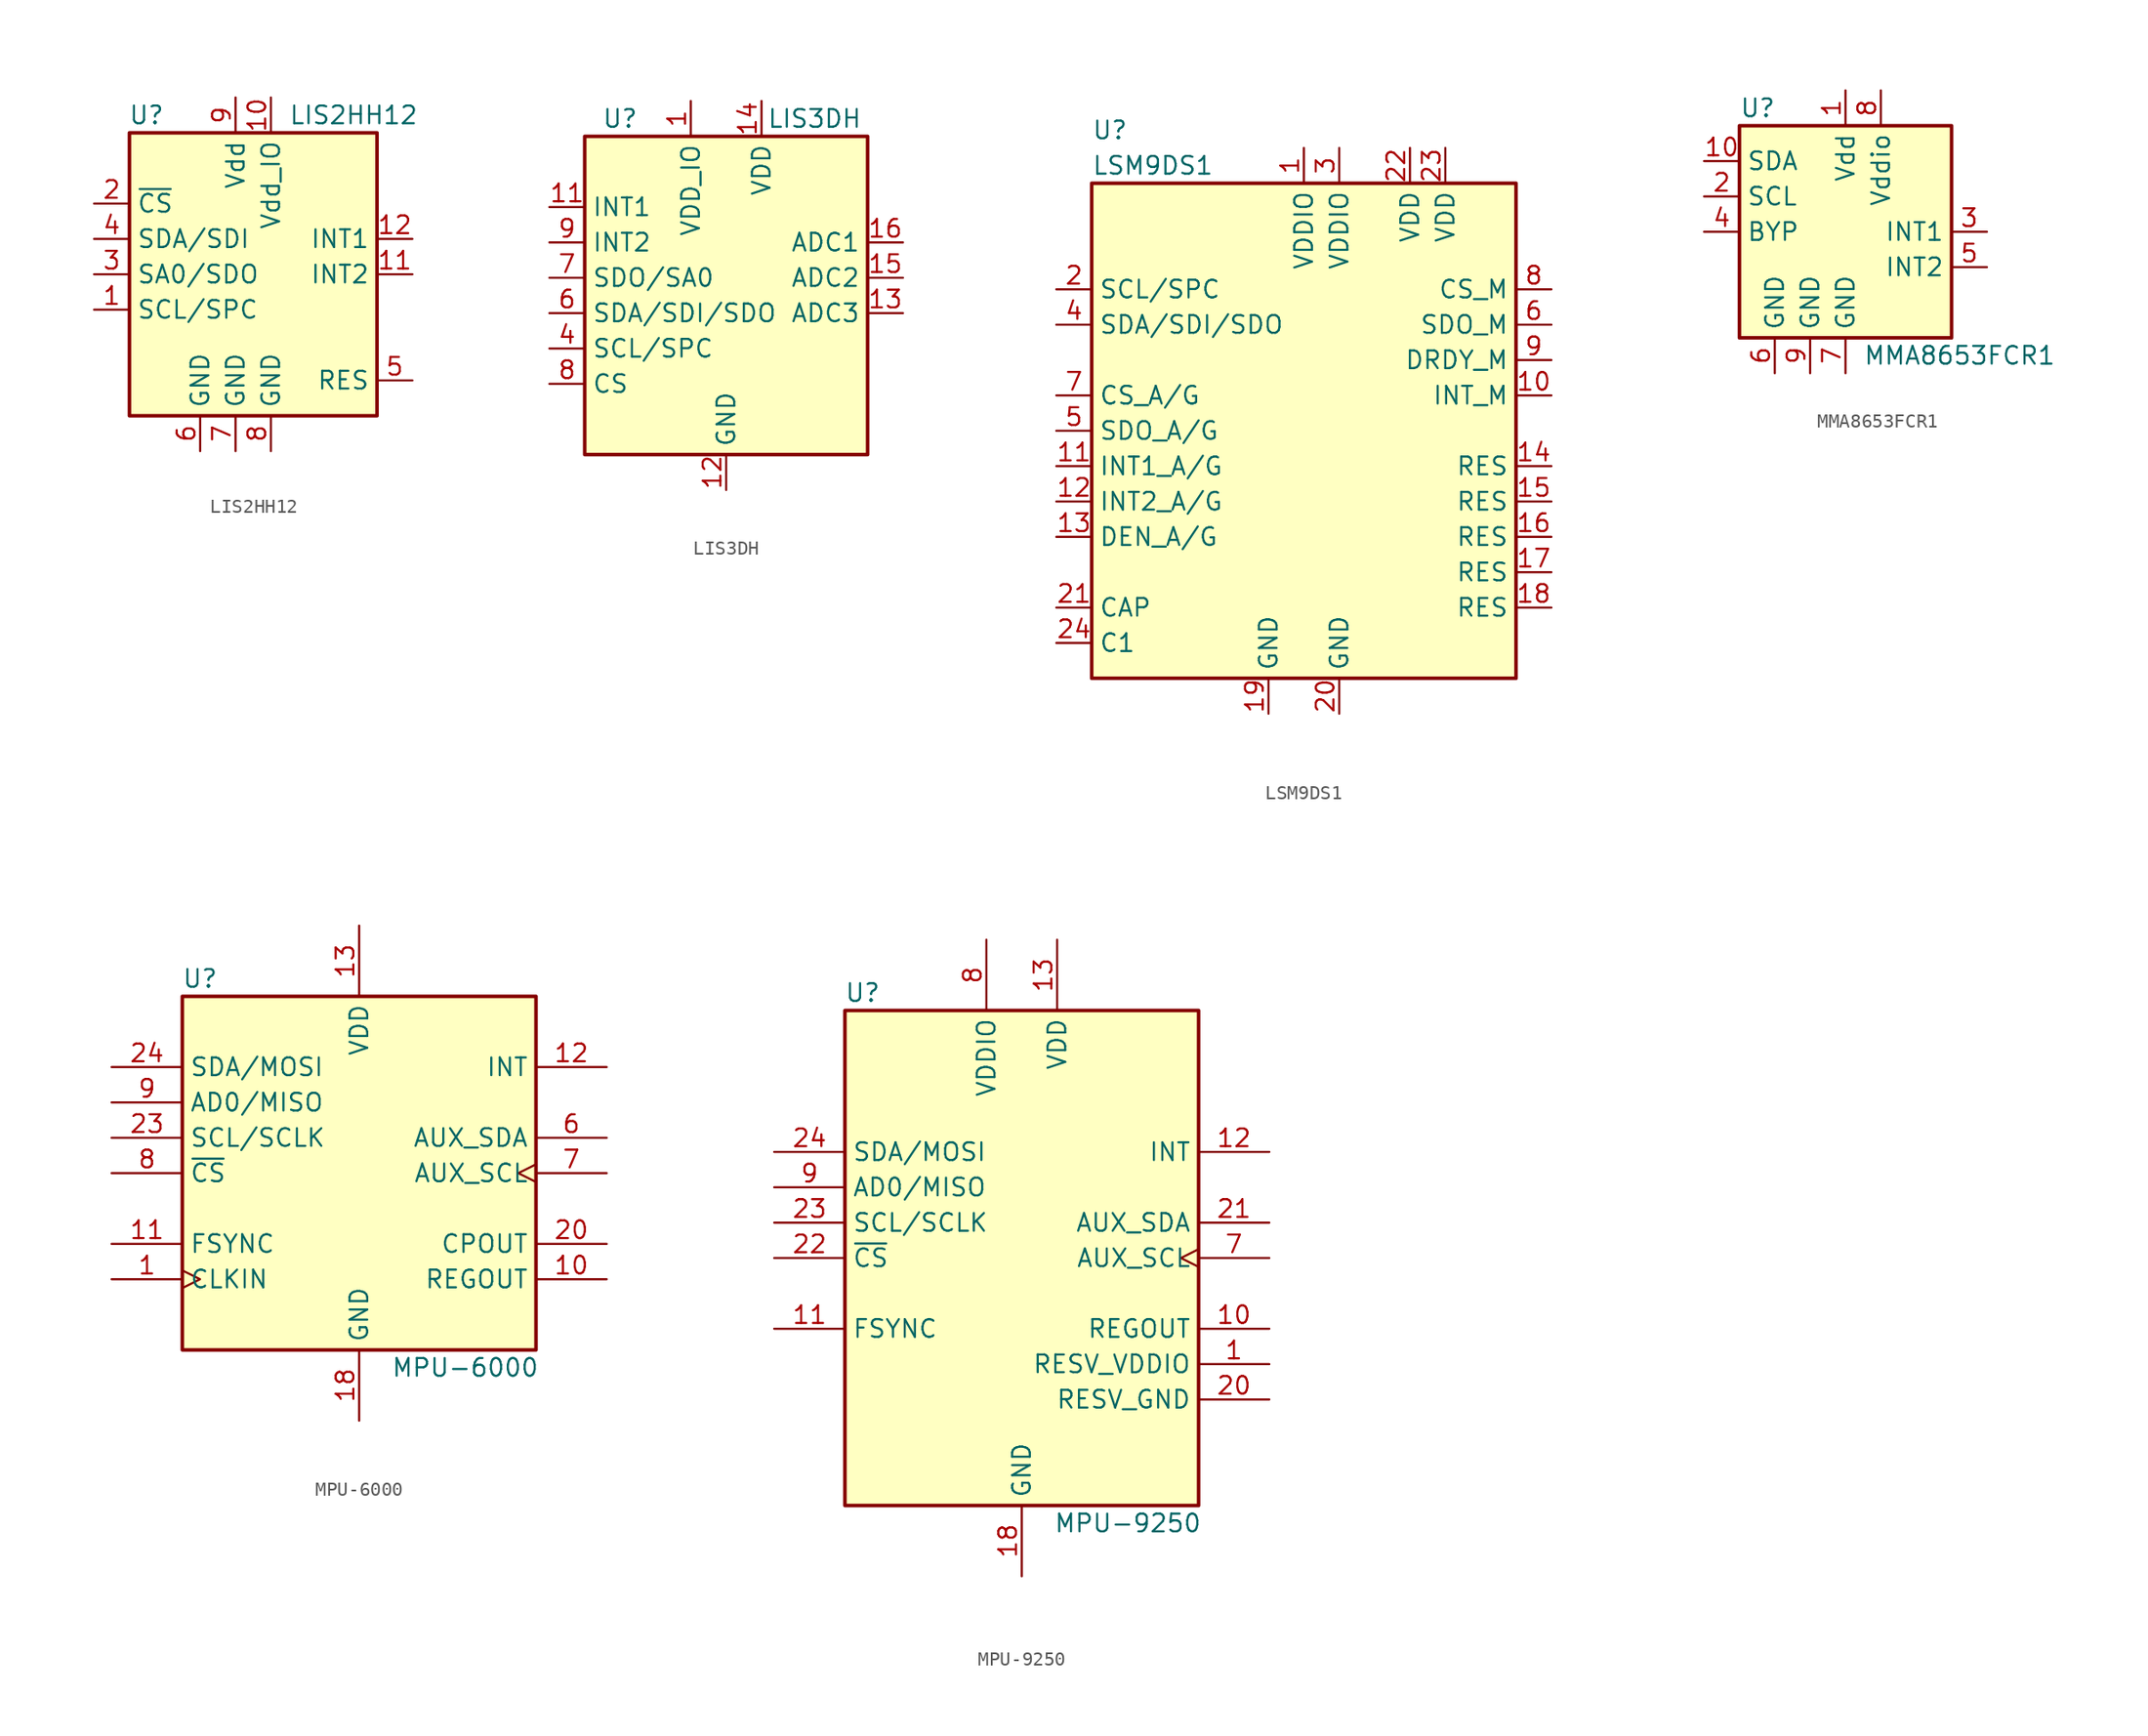
<source format=kicad_sym>
(kicad_symbol_lib
  (version 20241209)
  (generator "kicad_symbol_editor")
  (generator_version "9.0")
  (symbol "LIS2HH12"
    (property "Reference" "U"
      (at -5.08 11.43 0)
      (effects (font (size 1.27 1.27)) (justify right)))
    (property "Value" "LIS2HH12"
      (at 3.81 11.43 0)
      (effects (font (size 1.27 1.27)) (justify left)))
    (symbol "LIS2HH12_0_1"
      (rectangle (start -7.62 10.16) (end 10.16 -10.16) (stroke (width 0.254) (type solid)) (fill (type background))))
    (symbol "LIS2HH12_1_1"
      (pin input line (at -10.16 5.08 0) (length 2.54) (name "~{CS}" (effects (font (size 1.27 1.27)))) (number "2" (effects (font (size 1.27 1.27)))))
      (pin bidirectional line (at -10.16 2.54 0) (length 2.54) (name "SDA/SDI" (effects (font (size 1.27 1.27)))) (number "4" (effects (font (size 1.27 1.27)))))
      (pin bidirectional line (at -10.16 0 0) (length 2.54) (name "SA0/SDO" (effects (font (size 1.27 1.27)))) (number "3" (effects (font (size 1.27 1.27)))))
      (pin input line (at -10.16 -2.54 0) (length 2.54) (name "SCL/SPC" (effects (font (size 1.27 1.27)))) (number "1" (effects (font (size 1.27 1.27)))))
      (pin power_in line (at -2.54 -12.7 90) (length 2.54) (name "GND" (effects (font (size 1.27 1.27)))) (number "6" (effects (font (size 1.27 1.27)))))
      (pin power_in line (at 0 12.7 270) (length 2.54) (name "Vdd" (effects (font (size 1.27 1.27)))) (number "9" (effects (font (size 1.27 1.27)))))
      (pin power_in line (at 0 -12.7 90) (length 2.54) (name "GND" (effects (font (size 1.27 1.27)))) (number "7" (effects (font (size 1.27 1.27)))))
      (pin power_in line (at 2.54 12.7 270) (length 2.54) (name "Vdd_IO" (effects (font (size 1.27 1.27)))) (number "10" (effects (font (size 1.27 1.27)))))
      (pin power_in line (at 2.54 -12.7 90) (length 2.54) (name "GND" (effects (font (size 1.27 1.27)))) (number "8" (effects (font (size 1.27 1.27)))))
      (pin output line (at 12.7 2.54 180) (length 2.54) (name "INT1" (effects (font (size 1.27 1.27)))) (number "12" (effects (font (size 1.27 1.27)))))
      (pin output line (at 12.7 0 180) (length 2.54) (name "INT2" (effects (font (size 1.27 1.27)))) (number "11" (effects (font (size 1.27 1.27)))))
      (pin passive line (at 12.7 -7.62 180) (length 2.54) (name "RES" (effects (font (size 1.27 1.27)))) (number "5" (effects (font (size 1.27 1.27)))))))
  (symbol "LIS3DH"
    (property "Reference" "U"
      (at -7.62 11.43 0)
      (effects (font (size 1.27 1.27))))
    (property "Value" "LIS3DH"
      (at 6.35 11.43 0)
      (effects (font (size 1.27 1.27))))
    (symbol "LIS3DH_0_1"
      (rectangle (start -10.16 10.16) (end 10.16 -12.7) (stroke (width 0.254) (type solid)) (fill (type background))))
    (symbol "LIS3DH_1_1"
      (pin output line (at -12.7 5.08 0) (length 2.54) (name "INT1" (effects (font (size 1.27 1.27)))) (number "11" (effects (font (size 1.27 1.27)))))
      (pin output line (at -12.7 2.54 0) (length 2.54) (name "INT2" (effects (font (size 1.27 1.27)))) (number "9" (effects (font (size 1.27 1.27)))))
      (pin bidirectional line (at -12.7 0 0) (length 2.54) (name "SDO/SA0" (effects (font (size 1.27 1.27)))) (number "7" (effects (font (size 1.27 1.27)))))
      (pin bidirectional line (at -12.7 -2.54 0) (length 2.54) (name "SDA/SDI/SDO" (effects (font (size 1.27 1.27)))) (number "6" (effects (font (size 1.27 1.27)))))
      (pin input line (at -12.7 -5.08 0) (length 2.54) (name "SCL/SPC" (effects (font (size 1.27 1.27)))) (number "4" (effects (font (size 1.27 1.27)))))
      (pin input line (at -12.7 -7.62 0) (length 2.54) (name "CS" (effects (font (size 1.27 1.27)))) (number "8" (effects (font (size 1.27 1.27)))))
      (pin power_in line (at -2.54 12.7 270) (length 2.54) (name "VDD_IO" (effects (font (size 1.27 1.27)))) (number "1" (effects (font (size 1.27 1.27)))))
      (pin passive line (at 0 -15.24 90) (length 2.54) (hide yes) (name "GND" (effects (font (size 1.27 1.27)))) (number "10" (effects (font (size 1.27 1.27)))))
      (pin power_in line (at 0 -15.24 90) (length 2.54) (name "GND" (effects (font (size 1.27 1.27)))) (number "12" (effects (font (size 1.27 1.27)))))
      (pin passive line (at 0 -15.24 90) (length 2.54) (hide yes) (name "GND" (effects (font (size 1.27 1.27)))) (number "5" (effects (font (size 1.27 1.27)))))
      (pin power_in line (at 2.54 12.7 270) (length 2.54) (name "VDD" (effects (font (size 1.27 1.27)))) (number "14" (effects (font (size 1.27 1.27)))))
      (pin no_connect line (at 10.16 7.62 180) (length 2.54) (hide yes) (name "NC" (effects (font (size 1.27 1.27)))) (number "3" (effects (font (size 1.27 1.27)))))
      (pin no_connect line (at 10.16 5.08 180) (length 2.54) (hide yes) (name "NC" (effects (font (size 1.27 1.27)))) (number "2" (effects (font (size 1.27 1.27)))))
      (pin input line (at 12.7 2.54 180) (length 2.54) (name "ADC1" (effects (font (size 1.27 1.27)))) (number "16" (effects (font (size 1.27 1.27)))))
      (pin input line (at 12.7 0 180) (length 2.54) (name "ADC2" (effects (font (size 1.27 1.27)))) (number "15" (effects (font (size 1.27 1.27)))))
      (pin input line (at 12.7 -2.54 180) (length 2.54) (name "ADC3" (effects (font (size 1.27 1.27)))) (number "13" (effects (font (size 1.27 1.27)))))))
  (symbol "LSM9DS1"
    (property "Reference" "U"
      (at -15.24 21.59 0)
      (effects (font (size 1.27 1.27)) (justify left)))
    (property "Value" "LSM9DS1"
      (at -15.24 19.05 0)
      (effects (font (size 1.27 1.27)) (justify left)))
    (symbol "LSM9DS1_0_1"
      (rectangle (start -15.24 17.78) (end 15.24 -17.78) (stroke (width 0.254) (type solid)) (fill (type background))))
    (symbol "LSM9DS1_1_1"
      (pin input line (at -17.78 10.16 0) (length 2.54) (name "SCL/SPC" (effects (font (size 1.27 1.27)))) (number "2" (effects (font (size 1.27 1.27)))))
      (pin bidirectional line (at -17.78 7.62 0) (length 2.54) (name "SDA/SDI/SDO" (effects (font (size 1.27 1.27)))) (number "4" (effects (font (size 1.27 1.27)))))
      (pin input line (at -17.78 2.54 0) (length 2.54) (name "CS_A/G" (effects (font (size 1.27 1.27)))) (number "7" (effects (font (size 1.27 1.27)))))
      (pin output line (at -17.78 0 0) (length 2.54) (name "SDO_A/G" (effects (font (size 1.27 1.27)))) (number "5" (effects (font (size 1.27 1.27)))))
      (pin output line (at -17.78 -2.54 0) (length 2.54) (name "INT1_A/G" (effects (font (size 1.27 1.27)))) (number "11" (effects (font (size 1.27 1.27)))))
      (pin output line (at -17.78 -5.08 0) (length 2.54) (name "INT2_A/G" (effects (font (size 1.27 1.27)))) (number "12" (effects (font (size 1.27 1.27)))))
      (pin input line (at -17.78 -7.62 0) (length 2.54) (name "DEN_A/G" (effects (font (size 1.27 1.27)))) (number "13" (effects (font (size 1.27 1.27)))))
      (pin passive line (at -17.78 -12.7 0) (length 2.54) (name "CAP" (effects (font (size 1.27 1.27)))) (number "21" (effects (font (size 1.27 1.27)))))
      (pin passive line (at -17.78 -15.24 0) (length 2.54) (name "C1" (effects (font (size 1.27 1.27)))) (number "24" (effects (font (size 1.27 1.27)))))
      (pin power_in line (at -2.54 -20.32 90) (length 2.54) (name "GND" (effects (font (size 1.27 1.27)))) (number "19" (effects (font (size 1.27 1.27)))))
      (pin power_in line (at 0 20.32 270) (length 2.54) (name "VDDIO" (effects (font (size 1.27 1.27)))) (number "1" (effects (font (size 1.27 1.27)))))
      (pin power_in line (at 2.54 20.32 270) (length 2.54) (name "VDDIO" (effects (font (size 1.27 1.27)))) (number "3" (effects (font (size 1.27 1.27)))))
      (pin power_in line (at 2.54 -20.32 90) (length 2.54) (name "GND" (effects (font (size 1.27 1.27)))) (number "20" (effects (font (size 1.27 1.27)))))
      (pin power_in line (at 7.62 20.32 270) (length 2.54) (name "VDD" (effects (font (size 1.27 1.27)))) (number "22" (effects (font (size 1.27 1.27)))))
      (pin power_in line (at 10.16 20.32 270) (length 2.54) (name "VDD" (effects (font (size 1.27 1.27)))) (number "23" (effects (font (size 1.27 1.27)))))
      (pin input line (at 17.78 10.16 180) (length 2.54) (name "CS_M" (effects (font (size 1.27 1.27)))) (number "8" (effects (font (size 1.27 1.27)))))
      (pin output line (at 17.78 7.62 180) (length 2.54) (name "SDO_M" (effects (font (size 1.27 1.27)))) (number "6" (effects (font (size 1.27 1.27)))))
      (pin output line (at 17.78 5.08 180) (length 2.54) (name "DRDY_M" (effects (font (size 1.27 1.27)))) (number "9" (effects (font (size 1.27 1.27)))))
      (pin output line (at 17.78 2.54 180) (length 2.54) (name "INT_M" (effects (font (size 1.27 1.27)))) (number "10" (effects (font (size 1.27 1.27)))))
      (pin bidirectional line (at 17.78 -2.54 180) (length 2.54) (name "RES" (effects (font (size 1.27 1.27)))) (number "14" (effects (font (size 1.27 1.27)))))
      (pin bidirectional line (at 17.78 -5.08 180) (length 2.54) (name "RES" (effects (font (size 1.27 1.27)))) (number "15" (effects (font (size 1.27 1.27)))))
      (pin bidirectional line (at 17.78 -7.62 180) (length 2.54) (name "RES" (effects (font (size 1.27 1.27)))) (number "16" (effects (font (size 1.27 1.27)))))
      (pin bidirectional line (at 17.78 -10.16 180) (length 2.54) (name "RES" (effects (font (size 1.27 1.27)))) (number "17" (effects (font (size 1.27 1.27)))))
      (pin bidirectional line (at 17.78 -12.7 180) (length 2.54) (name "RES" (effects (font (size 1.27 1.27)))) (number "18" (effects (font (size 1.27 1.27)))))))
  (symbol "MMA8653FCR1"
    (property "Reference" "U"
      (at -7.62 8.89 0)
      (effects (font (size 1.27 1.27)) (justify left)))
    (property "Value" "MMA8653FCR1"
      (at 1.27 -8.89 0)
      (effects (font (size 1.27 1.27)) (justify left)))
    (symbol "MMA8653FCR1_0_1"
      (rectangle (start -7.62 7.62) (end 7.62 -7.62) (stroke (width 0.254) (type solid)) (fill (type background))))
    (symbol "MMA8653FCR1_1_1"
      (pin input line (at -10.16 5.08 0) (length 2.54) (name "SDA" (effects (font (size 1.27 1.27)))) (number "10" (effects (font (size 1.27 1.27)))))
      (pin input line (at -10.16 2.54 0) (length 2.54) (name "SCL" (effects (font (size 1.27 1.27)))) (number "2" (effects (font (size 1.27 1.27)))))
      (pin input line (at -10.16 0 0) (length 2.54) (name "BYP" (effects (font (size 1.27 1.27)))) (number "4" (effects (font (size 1.27 1.27)))))
      (pin power_in line (at -5.08 -10.16 90) (length 2.54) (name "GND" (effects (font (size 1.27 1.27)))) (number "6" (effects (font (size 1.27 1.27)))))
      (pin power_in line (at -2.54 -10.16 90) (length 2.54) (name "GND" (effects (font (size 1.27 1.27)))) (number "9" (effects (font (size 1.27 1.27)))))
      (pin power_in line (at 0 10.16 270) (length 2.54) (name "Vdd" (effects (font (size 1.27 1.27)))) (number "1" (effects (font (size 1.27 1.27)))))
      (pin power_in line (at 0 -10.16 90) (length 2.54) (name "GND" (effects (font (size 1.27 1.27)))) (number "7" (effects (font (size 1.27 1.27)))))
      (pin power_in line (at 2.54 10.16 270) (length 2.54) (name "Vddio" (effects (font (size 1.27 1.27)))) (number "8" (effects (font (size 1.27 1.27)))))
      (pin output line (at 10.16 0 180) (length 2.54) (name "INT1" (effects (font (size 1.27 1.27)))) (number "3" (effects (font (size 1.27 1.27)))))
      (pin output line (at 10.16 -2.54 180) (length 2.54) (name "INT2" (effects (font (size 1.27 1.27)))) (number "5" (effects (font (size 1.27 1.27)))))))
  (symbol "MPU-6000"
    (property "Reference" "U"
      (at -11.43 13.97 0)
      (effects (font (size 1.27 1.27))))
    (property "Value" "MPU-6000"
      (at 7.62 -13.97 0)
      (effects (font (size 1.27 1.27))))
    (symbol "MPU-6000_0_1"
      (rectangle (start -12.7 12.7) (end 12.7 -12.7) (stroke (width 0.254) (type solid)) (fill (type background))))
    (symbol "MPU-6000_1_1"
      (pin bidirectional line (at -17.78 7.62 0) (length 5.08) (name "SDA/MOSI" (effects (font (size 1.27 1.27)))) (number "24" (effects (font (size 1.27 1.27)))))
      (pin bidirectional line (at -17.78 5.08 0) (length 5.08) (name "AD0/MISO" (effects (font (size 1.27 1.27)))) (number "9" (effects (font (size 1.27 1.27)))))
      (pin input line (at -17.78 2.54 0) (length 5.08) (name "SCL/SCLK" (effects (font (size 1.27 1.27)))) (number "23" (effects (font (size 1.27 1.27)))))
      (pin input line (at -17.78 0 0) (length 5.08) (name "~{CS}" (effects (font (size 1.27 1.27)))) (number "8" (effects (font (size 1.27 1.27)))))
      (pin input line (at -17.78 -5.08 0) (length 5.08) (name "FSYNC" (effects (font (size 1.27 1.27)))) (number "11" (effects (font (size 1.27 1.27)))))
      (pin input clock (at -17.78 -7.62 0) (length 5.08) (name "CLKIN" (effects (font (size 1.27 1.27)))) (number "1" (effects (font (size 1.27 1.27)))))
      (pin power_in line (at 0 17.78 270) (length 5.08) (name "VDD" (effects (font (size 1.27 1.27)))) (number "13" (effects (font (size 1.27 1.27)))))
      (pin power_in line (at 0 -17.78 90) (length 5.08) (name "GND" (effects (font (size 1.27 1.27)))) (number "18" (effects (font (size 1.27 1.27)))))
      (pin output line (at 17.78 7.62 180) (length 5.08) (name "INT" (effects (font (size 1.27 1.27)))) (number "12" (effects (font (size 1.27 1.27)))))
      (pin bidirectional line (at 17.78 2.54 180) (length 5.08) (name "AUX_SDA" (effects (font (size 1.27 1.27)))) (number "6" (effects (font (size 1.27 1.27)))))
      (pin output clock (at 17.78 0 180) (length 5.08) (name "AUX_SCL" (effects (font (size 1.27 1.27)))) (number "7" (effects (font (size 1.27 1.27)))))
      (pin passive line (at 17.78 -5.08 180) (length 5.08) (name "CPOUT" (effects (font (size 1.27 1.27)))) (number "20" (effects (font (size 1.27 1.27)))))
      (pin passive line (at 17.78 -7.62 180) (length 5.08) (name "REGOUT" (effects (font (size 1.27 1.27)))) (number "10" (effects (font (size 1.27 1.27)))))))
  (symbol "MPU-9250"
    (property "Reference" "U"
      (at -11.43 19.05 0)
      (effects (font (size 1.27 1.27))))
    (property "Value" "MPU-9250"
      (at 7.62 -19.05 0)
      (effects (font (size 1.27 1.27))))
    (symbol "MPU-9250_0_1"
      (rectangle (start -12.7 17.78) (end 12.7 -17.78) (stroke (width 0.254) (type solid)) (fill (type background))))
    (symbol "MPU-9250_1_1"
      (pin bidirectional line (at -17.78 7.62 0) (length 5.08) (name "SDA/MOSI" (effects (font (size 1.27 1.27)))) (number "24" (effects (font (size 1.27 1.27)))))
      (pin bidirectional line (at -17.78 5.08 0) (length 5.08) (name "AD0/MISO" (effects (font (size 1.27 1.27)))) (number "9" (effects (font (size 1.27 1.27)))))
      (pin input line (at -17.78 2.54 0) (length 5.08) (name "SCL/SCLK" (effects (font (size 1.27 1.27)))) (number "23" (effects (font (size 1.27 1.27)))))
      (pin input line (at -17.78 0 0) (length 5.08) (name "~{CS}" (effects (font (size 1.27 1.27)))) (number "22" (effects (font (size 1.27 1.27)))))
      (pin input line (at -17.78 -5.08 0) (length 5.08) (name "FSYNC" (effects (font (size 1.27 1.27)))) (number "11" (effects (font (size 1.27 1.27)))))
      (pin power_in line (at -2.54 22.86 270) (length 5.08) (name "VDDIO" (effects (font (size 1.27 1.27)))) (number "8" (effects (font (size 1.27 1.27)))))
      (pin power_in line (at 0 -22.86 90) (length 5.08) (name "GND" (effects (font (size 1.27 1.27)))) (number "18" (effects (font (size 1.27 1.27)))))
      (pin power_in line (at 2.54 22.86 270) (length 5.08) (name "VDD" (effects (font (size 1.27 1.27)))) (number "13" (effects (font (size 1.27 1.27)))))
      (pin output line (at 17.78 7.62 180) (length 5.08) (name "INT" (effects (font (size 1.27 1.27)))) (number "12" (effects (font (size 1.27 1.27)))))
      (pin bidirectional line (at 17.78 2.54 180) (length 5.08) (name "AUX_SDA" (effects (font (size 1.27 1.27)))) (number "21" (effects (font (size 1.27 1.27)))))
      (pin output clock (at 17.78 0 180) (length 5.08) (name "AUX_SCL" (effects (font (size 1.27 1.27)))) (number "7" (effects (font (size 1.27 1.27)))))
      (pin passive line (at 17.78 -5.08 180) (length 5.08) (name "REGOUT" (effects (font (size 1.27 1.27)))) (number "10" (effects (font (size 1.27 1.27)))))
      (pin input line (at 17.78 -7.62 180) (length 5.08) (name "RESV_VDDIO" (effects (font (size 1.27 1.27)))) (number "1" (effects (font (size 1.27 1.27)))))
      (pin power_in line (at 17.78 -10.16 180) (length 5.08) (name "RESV_GND" (effects (font (size 1.27 1.27)))) (number "20" (effects (font (size 1.27 1.27))))))))
</source>
